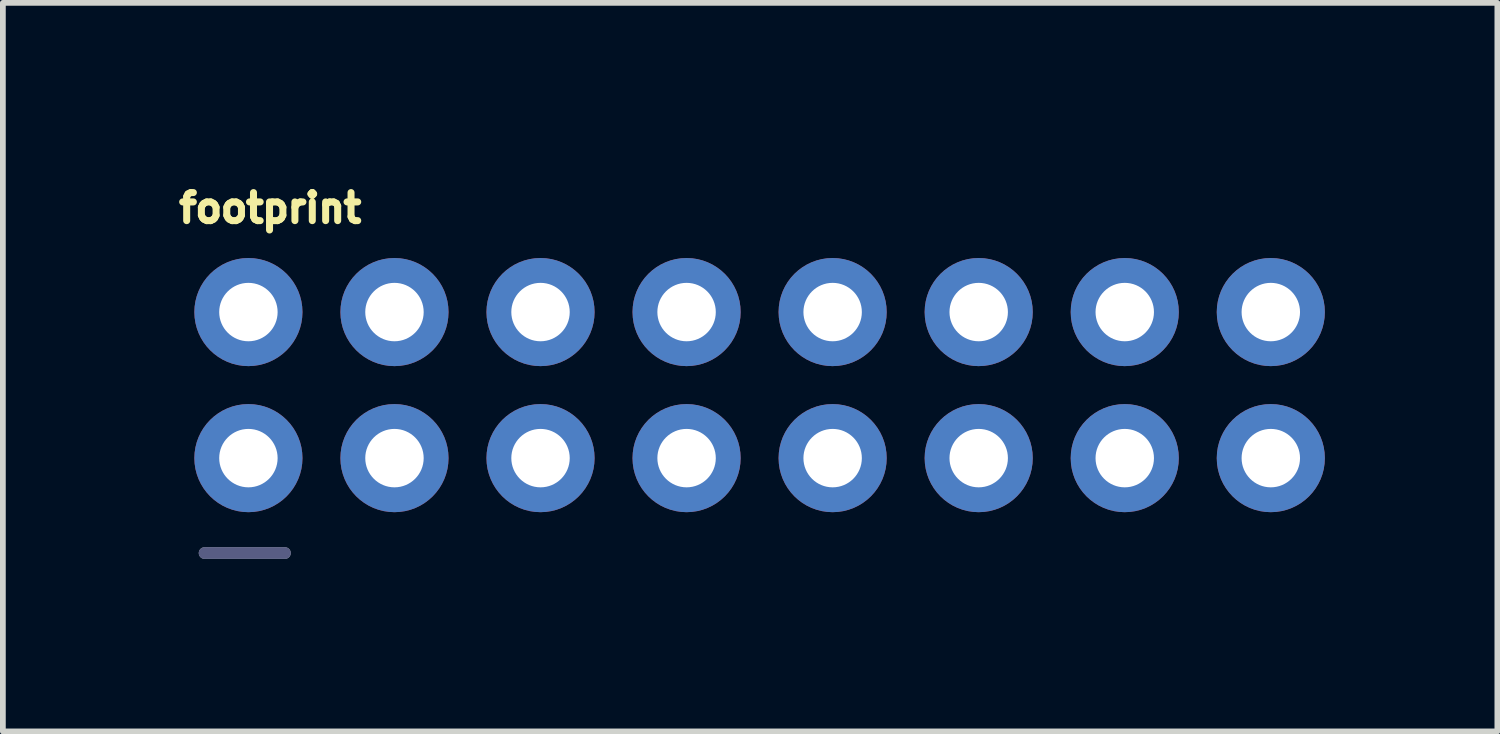
<source format=kicad_pcb>
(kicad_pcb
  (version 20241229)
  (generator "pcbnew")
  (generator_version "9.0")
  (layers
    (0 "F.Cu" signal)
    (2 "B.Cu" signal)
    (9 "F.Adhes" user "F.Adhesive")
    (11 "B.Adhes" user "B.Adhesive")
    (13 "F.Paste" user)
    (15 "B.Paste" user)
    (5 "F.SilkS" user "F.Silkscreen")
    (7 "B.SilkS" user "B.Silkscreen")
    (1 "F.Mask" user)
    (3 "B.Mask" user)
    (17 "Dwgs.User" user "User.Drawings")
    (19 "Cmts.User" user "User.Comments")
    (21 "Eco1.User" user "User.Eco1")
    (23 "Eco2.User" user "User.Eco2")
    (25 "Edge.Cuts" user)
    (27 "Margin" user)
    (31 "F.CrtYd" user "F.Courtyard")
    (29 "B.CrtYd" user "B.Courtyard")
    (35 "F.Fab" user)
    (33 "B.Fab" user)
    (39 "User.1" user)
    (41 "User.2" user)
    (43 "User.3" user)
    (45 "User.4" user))
  (footprint "footprint"
    (layer "F.Cu")
    (at 1.27 4.917)
    (property "Reference" "footprint" (at -1.27 -4.064 0) (layer "F.SilkS") (effects (font (size 0.488 0.488) (thickness 0.122)) (justify left bottom)))
    (fp_line (start 0.635 1.651) (end -0.762 1.651) (stroke (width 0.203) (type solid)) (layer "B.Fab"))
    (fp_line (start -0.762 1.651) (end 0.635 1.651) (stroke (width 0.203) (type solid)) (layer "F.Fab"))
    (fp_poly (pts (xy -0.254 -2.286) (xy 0.254 -2.286) (xy 0.254 -2.794) (xy -0.254 -2.794)) (stroke (width 0.1) (type solid)) (fill no) (layer "F.Fab"))
    (fp_poly (pts (xy -0.254 0.254) (xy 0.254 0.254) (xy 0.254 -0.254) (xy -0.254 -0.254)) (stroke (width 0.1) (type solid)) (fill no) (layer "F.Fab"))
    (fp_poly (pts (xy 2.286 -2.286) (xy 2.794 -2.286) (xy 2.794 -2.794) (xy 2.286 -2.794)) (stroke (width 0.1) (type solid)) (fill no) (layer "F.Fab"))
    (fp_poly (pts (xy 2.286 0.254) (xy 2.794 0.254) (xy 2.794 -0.254) (xy 2.286 -0.254)) (stroke (width 0.1) (type solid)) (fill no) (layer "F.Fab"))
    (fp_poly (pts (xy 4.826 -2.286) (xy 5.334 -2.286) (xy 5.334 -2.794) (xy 4.826 -2.794)) (stroke (width 0.1) (type solid)) (fill no) (layer "F.Fab"))
    (fp_poly (pts (xy 4.826 0.254) (xy 5.334 0.254) (xy 5.334 -0.254) (xy 4.826 -0.254)) (stroke (width 0.1) (type solid)) (fill no) (layer "F.Fab"))
    (fp_poly (pts (xy 7.366 -2.286) (xy 7.874 -2.286) (xy 7.874 -2.794) (xy 7.366 -2.794)) (stroke (width 0.1) (type solid)) (fill no) (layer "F.Fab"))
    (fp_poly (pts (xy 7.366 0.254) (xy 7.874 0.254) (xy 7.874 -0.254) (xy 7.366 -0.254)) (stroke (width 0.1) (type solid)) (fill no) (layer "F.Fab"))
    (fp_poly (pts (xy 9.906 -2.286) (xy 10.414 -2.286) (xy 10.414 -2.794) (xy 9.906 -2.794)) (stroke (width 0.1) (type solid)) (fill no) (layer "F.Fab"))
    (fp_poly (pts (xy 9.906 0.254) (xy 10.414 0.254) (xy 10.414 -0.254) (xy 9.906 -0.254)) (stroke (width 0.1) (type solid)) (fill no) (layer "F.Fab"))
    (fp_poly (pts (xy 12.446 -2.286) (xy 12.954 -2.286) (xy 12.954 -2.794) (xy 12.446 -2.794)) (stroke (width 0.1) (type solid)) (fill no) (layer "F.Fab"))
    (fp_poly (pts (xy 12.446 0.254) (xy 12.954 0.254) (xy 12.954 -0.254) (xy 12.446 -0.254)) (stroke (width 0.1) (type solid)) (fill no) (layer "F.Fab"))
    (fp_poly (pts (xy 14.986 -2.286) (xy 15.494 -2.286) (xy 15.494 -2.794) (xy 14.986 -2.794)) (stroke (width 0.1) (type solid)) (fill no) (layer "F.Fab"))
    (fp_poly (pts (xy 14.986 0.254) (xy 15.494 0.254) (xy 15.494 -0.254) (xy 14.986 -0.254)) (stroke (width 0.1) (type solid)) (fill no) (layer "F.Fab"))
    (fp_poly (pts (xy 17.526 -2.286) (xy 18.034 -2.286) (xy 18.034 -2.794) (xy 17.526 -2.794)) (stroke (width 0.1) (type solid)) (fill no) (layer "F.Fab"))
    (fp_poly (pts (xy 17.526 0.254) (xy 18.034 0.254) (xy 18.034 -0.254) (xy 17.526 -0.254)) (stroke (width 0.1) (type solid)) (fill no) (layer "F.Fab"))
    (pad "1" thru_hole circle (at 0 0) (size 1.88 1.88) (drill 1.016) (layers "*.Cu" "*.Mask"))
    (pad "2" thru_hole circle (at 0 -2.54) (size 1.88 1.88) (drill 1.016) (layers "*.Cu" "*.Mask"))
    (pad "3" thru_hole circle (at 2.54 0) (size 1.88 1.88) (drill 1.016) (layers "*.Cu" "*.Mask"))
    (pad "4" thru_hole circle (at 2.54 -2.54) (size 1.88 1.88) (drill 1.016) (layers "*.Cu" "*.Mask"))
    (pad "5" thru_hole circle (at 5.08 0) (size 1.88 1.88) (drill 1.016) (layers "*.Cu" "*.Mask"))
    (pad "6" thru_hole circle (at 5.08 -2.54) (size 1.88 1.88) (drill 1.016) (layers "*.Cu" "*.Mask"))
    (pad "7" thru_hole circle (at 7.62 0) (size 1.88 1.88) (drill 1.016) (layers "*.Cu" "*.Mask"))
    (pad "8" thru_hole circle (at 7.62 -2.54) (size 1.88 1.88) (drill 1.016) (layers "*.Cu" "*.Mask"))
    (pad "9" thru_hole circle (at 10.16 0) (size 1.88 1.88) (drill 1.016) (layers "*.Cu" "*.Mask"))
    (pad "10" thru_hole circle (at 10.16 -2.54) (size 1.88 1.88) (drill 1.016) (layers "*.Cu" "*.Mask"))
    (pad "11" thru_hole circle (at 12.7 0) (size 1.88 1.88) (drill 1.016) (layers "*.Cu" "*.Mask"))
    (pad "12" thru_hole circle (at 12.7 -2.54) (size 1.88 1.88) (drill 1.016) (layers "*.Cu" "*.Mask"))
    (pad "13" thru_hole circle (at 15.24 0) (size 1.88 1.88) (drill 1.016) (layers "*.Cu" "*.Mask"))
    (pad "14" thru_hole circle (at 15.24 -2.54) (size 1.88 1.88) (drill 1.016) (layers "*.Cu" "*.Mask"))
    (pad "15" thru_hole circle (at 17.78 0) (size 1.88 1.88) (drill 1.016) (layers "*.Cu" "*.Mask"))
    (pad "16" thru_hole circle (at 17.78 -2.54) (size 1.88 1.88) (drill 1.016) (layers "*.Cu" "*.Mask")))
  (gr_rect
    (start -3 -3)
    (end 22.99 9.67)
    (stroke (width 0.1) (type default))
    (fill no)
    (layer "Edge.Cuts")))
</source>
